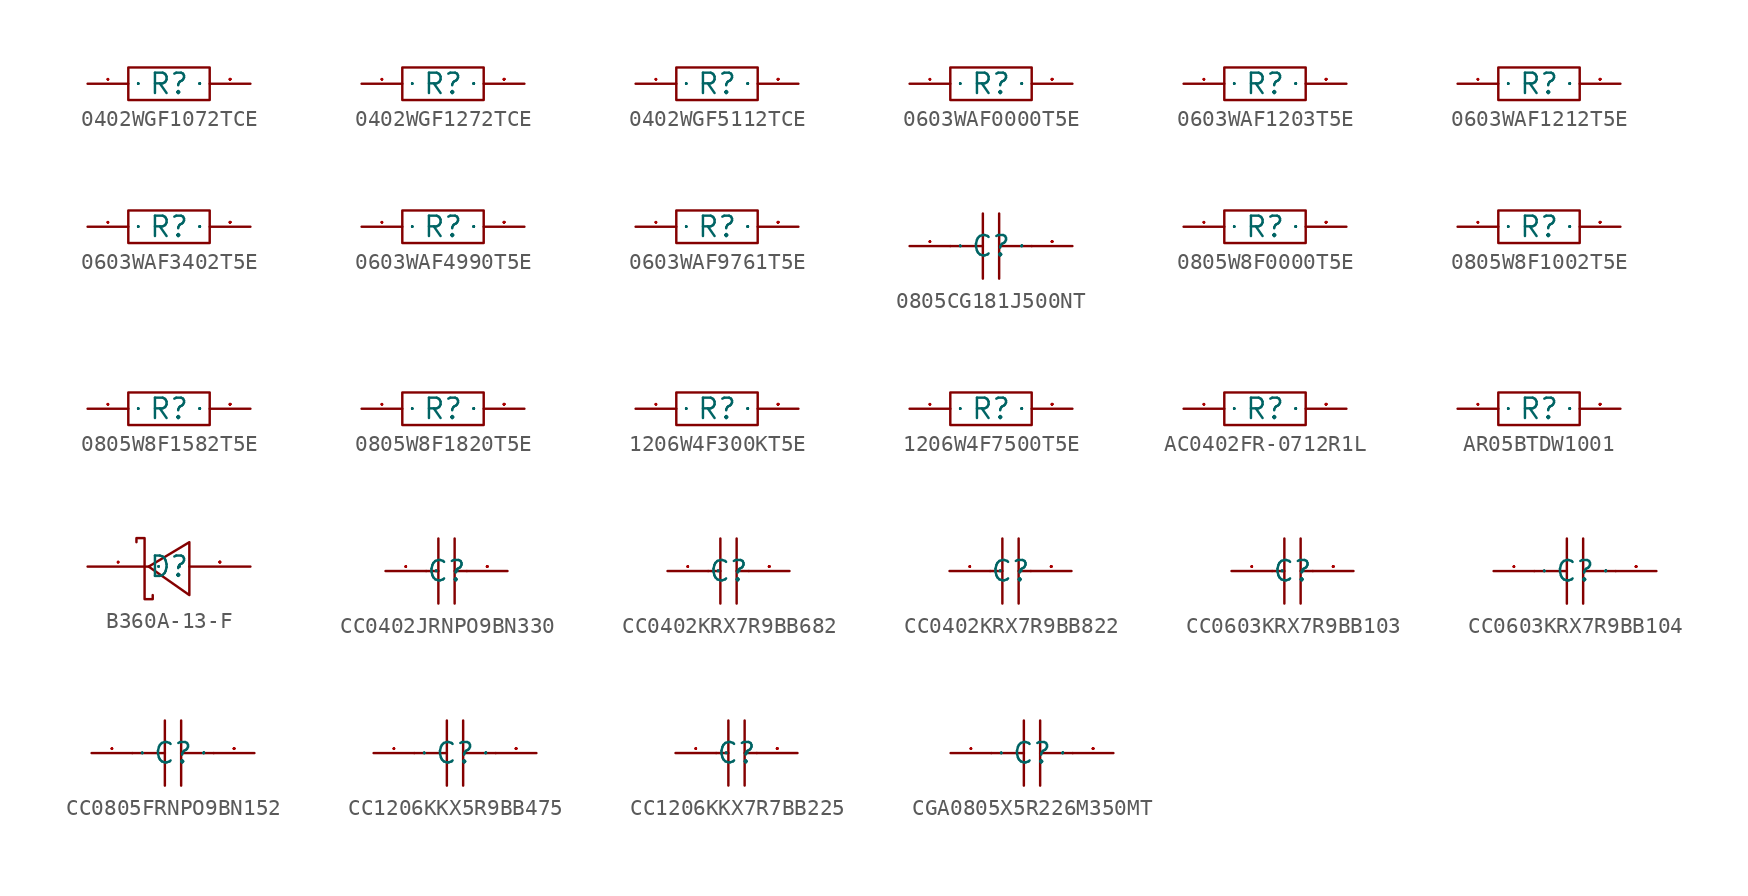
<source format=kicad_sym>
(kicad_symbol_lib
  (version 20241209)
  (generator "kicad_symbol_editor")
  (generator_version "9.0")
  (symbol "0402WGF1072TCE"
    (property "Reference" "R"
      (at 0 0 0)
      (effects (font (size 1.27 1.27))))
    (symbol "0402WGF1072TCE_1_0"
      (rectangle (start -2.54 -1.016) (end 2.54 1.016) (stroke (width 0) (type default)) (fill (type none)))
      (pin unspecified line (at -5.08 0 0) (length 2.54) (name "1" (effects (font (size 0.025 0.025)))) (number "1" (effects (font (size 0.025 0.025)))))
      (pin unspecified line (at 5.08 0 180) (length 2.54) (name "2" (effects (font (size 0.025 0.025)))) (number "2" (effects (font (size 0.025 0.025)))))))
  (symbol "0402WGF1272TCE"
    (property "Reference" "R"
      (at 0 0 0)
      (effects (font (size 1.27 1.27))))
    (symbol "0402WGF1272TCE_1_0"
      (rectangle (start -2.54 -1.016) (end 2.54 1.016) (stroke (width 0) (type default)) (fill (type none)))
      (pin input line (at -5.08 0 0) (length 2.54) (name "1" (effects (font (size 0.025 0.025)))) (number "1" (effects (font (size 0.025 0.025)))))
      (pin input line (at 5.08 0 180) (length 2.54) (name "2" (effects (font (size 0.025 0.025)))) (number "2" (effects (font (size 0.025 0.025)))))))
  (symbol "0402WGF5112TCE"
    (property "Reference" "R"
      (at 0 0 0)
      (effects (font (size 1.27 1.27))))
    (symbol "0402WGF5112TCE_1_0"
      (rectangle (start -2.54 -1.016) (end 2.54 1.016) (stroke (width 0) (type default)) (fill (type none)))
      (pin input line (at -5.08 0 0) (length 2.54) (name "1" (effects (font (size 0.025 0.025)))) (number "1" (effects (font (size 0.025 0.025)))))
      (pin input line (at 5.08 0 180) (length 2.54) (name "2" (effects (font (size 0.025 0.025)))) (number "2" (effects (font (size 0.025 0.025)))))))
  (symbol "0603WAF0000T5E"
    (property "Reference" "R"
      (at 0 0 0)
      (effects (font (size 1.27 1.27))))
    (symbol "0603WAF0000T5E_1_0"
      (rectangle (start -2.54 -1.016) (end 2.54 1.016) (stroke (width 0) (type default)) (fill (type none)))
      (pin input line (at -5.08 0 0) (length 2.54) (name "1" (effects (font (size 0.025 0.025)))) (number "1" (effects (font (size 0.025 0.025)))))
      (pin input line (at 5.08 0 180) (length 2.54) (name "2" (effects (font (size 0.025 0.025)))) (number "2" (effects (font (size 0.025 0.025)))))))
  (symbol "0603WAF1203T5E"
    (property "Reference" "R"
      (at 0 0 0)
      (effects (font (size 1.27 1.27))))
    (symbol "0603WAF1203T5E_1_0"
      (rectangle (start -2.54 -1.016) (end 2.54 1.016) (stroke (width 0) (type default)) (fill (type none)))
      (pin input line (at -5.08 0 0) (length 2.54) (name "1" (effects (font (size 0.025 0.025)))) (number "1" (effects (font (size 0.025 0.025)))))
      (pin input line (at 5.08 0 180) (length 2.54) (name "2" (effects (font (size 0.025 0.025)))) (number "2" (effects (font (size 0.025 0.025)))))))
  (symbol "0603WAF1212T5E"
    (property "Reference" "R"
      (at 0 0 0)
      (effects (font (size 1.27 1.27))))
    (symbol "0603WAF1212T5E_1_0"
      (rectangle (start -2.54 -1.016) (end 2.54 1.016) (stroke (width 0) (type default)) (fill (type none)))
      (pin input line (at -5.08 0 0) (length 2.54) (name "1" (effects (font (size 0.025 0.025)))) (number "1" (effects (font (size 0.025 0.025)))))
      (pin input line (at 5.08 0 180) (length 2.54) (name "2" (effects (font (size 0.025 0.025)))) (number "2" (effects (font (size 0.025 0.025)))))))
  (symbol "0603WAF3402T5E"
    (property "Reference" "R"
      (at 0 0 0)
      (effects (font (size 1.27 1.27))))
    (symbol "0603WAF3402T5E_1_0"
      (rectangle (start -2.54 -1.016) (end 2.54 1.016) (stroke (width 0) (type default)) (fill (type none)))
      (pin input line (at -5.08 0 0) (length 2.54) (name "1" (effects (font (size 0.025 0.025)))) (number "1" (effects (font (size 0.025 0.025)))))
      (pin input line (at 5.08 0 180) (length 2.54) (name "2" (effects (font (size 0.025 0.025)))) (number "2" (effects (font (size 0.025 0.025)))))))
  (symbol "0603WAF4990T5E"
    (property "Reference" "R"
      (at 0 0 0)
      (effects (font (size 1.27 1.27))))
    (symbol "0603WAF4990T5E_1_0"
      (rectangle (start -2.54 -1.016) (end 2.54 1.016) (stroke (width 0) (type default)) (fill (type none)))
      (pin input line (at -5.08 0 0) (length 2.54) (name "1" (effects (font (size 0.025 0.025)))) (number "1" (effects (font (size 0.025 0.025)))))
      (pin input line (at 5.08 0 180) (length 2.54) (name "2" (effects (font (size 0.025 0.025)))) (number "2" (effects (font (size 0.025 0.025)))))))
  (symbol "0603WAF9761T5E"
    (property "Reference" "R"
      (at 0 0 0)
      (effects (font (size 1.27 1.27))))
    (symbol "0603WAF9761T5E_1_0"
      (rectangle (start -2.54 -1.016) (end 2.54 1.016) (stroke (width 0) (type default)) (fill (type none)))
      (pin input line (at -5.08 0 0) (length 2.54) (name "1" (effects (font (size 0.025 0.025)))) (number "1" (effects (font (size 0.025 0.025)))))
      (pin input line (at 5.08 0 180) (length 2.54) (name "2" (effects (font (size 0.025 0.025)))) (number "2" (effects (font (size 0.025 0.025)))))))
  (symbol "0805CG181J500NT"
    (property "Reference" "C"
      (at 0 0 0)
      (effects (font (size 1.27 1.27))))
    (symbol "0805CG181J500NT_1_0"
      (polyline (pts (xy -0.508 0) (xy -2.54 0)) (stroke (width 0) (type default)) (fill (type none)))
      (polyline (pts (xy -0.508 -2.032) (xy -0.508 2.032)) (stroke (width 0) (type default)) (fill (type none)))
      (polyline (pts (xy 0.508 2.032) (xy 0.508 -2.032)) (stroke (width 0) (type default)) (fill (type none)))
      (polyline (pts (xy 2.54 0) (xy 0.508 0)) (stroke (width 0) (type default)) (fill (type none)))
      (pin unspecified line (at -5.08 0 0) (length 2.54) (name "1" (effects (font (size 0.025 0.025)))) (number "1" (effects (font (size 0.025 0.025)))))
      (pin unspecified line (at 5.08 0 180) (length 2.54) (name "2" (effects (font (size 0.025 0.025)))) (number "2" (effects (font (size 0.025 0.025)))))))
  (symbol "0805W8F0000T5E"
    (property "Reference" "R"
      (at 0 0 0)
      (effects (font (size 1.27 1.27))))
    (symbol "0805W8F0000T5E_1_0"
      (rectangle (start -2.54 -1.016) (end 2.54 1.016) (stroke (width 0) (type default)) (fill (type none)))
      (pin input line (at -5.08 0 0) (length 2.54) (name "1" (effects (font (size 0.025 0.025)))) (number "1" (effects (font (size 0.025 0.025)))))
      (pin input line (at 5.08 0 180) (length 2.54) (name "2" (effects (font (size 0.025 0.025)))) (number "2" (effects (font (size 0.025 0.025)))))))
  (symbol "0805W8F1002T5E"
    (property "Reference" "R"
      (at 0 0 0)
      (effects (font (size 1.27 1.27))))
    (symbol "0805W8F1002T5E_1_0"
      (rectangle (start -2.54 -1.016) (end 2.54 1.016) (stroke (width 0) (type default)) (fill (type none)))
      (pin input line (at -5.08 0 0) (length 2.54) (name "1" (effects (font (size 0.025 0.025)))) (number "1" (effects (font (size 0.025 0.025)))))
      (pin input line (at 5.08 0 180) (length 2.54) (name "2" (effects (font (size 0.025 0.025)))) (number "2" (effects (font (size 0.025 0.025)))))))
  (symbol "0805W8F1582T5E"
    (property "Reference" "R"
      (at 0 0 0)
      (effects (font (size 1.27 1.27))))
    (symbol "0805W8F1582T5E_1_0"
      (rectangle (start -2.54 -1.016) (end 2.54 1.016) (stroke (width 0) (type default)) (fill (type none)))
      (pin input line (at -5.08 0 0) (length 2.54) (name "1" (effects (font (size 0.025 0.025)))) (number "1" (effects (font (size 0.025 0.025)))))
      (pin input line (at 5.08 0 180) (length 2.54) (name "2" (effects (font (size 0.025 0.025)))) (number "2" (effects (font (size 0.025 0.025)))))))
  (symbol "0805W8F1820T5E"
    (property "Reference" "R"
      (at 0 0 0)
      (effects (font (size 1.27 1.27))))
    (symbol "0805W8F1820T5E_1_0"
      (rectangle (start -2.54 -1.016) (end 2.54 1.016) (stroke (width 0) (type default)) (fill (type none)))
      (pin input line (at -5.08 0 0) (length 2.54) (name "1" (effects (font (size 0.025 0.025)))) (number "1" (effects (font (size 0.025 0.025)))))
      (pin input line (at 5.08 0 180) (length 2.54) (name "2" (effects (font (size 0.025 0.025)))) (number "2" (effects (font (size 0.025 0.025)))))))
  (symbol "1206W4F300KT5E"
    (property "Reference" "R"
      (at 0 0 0)
      (effects (font (size 1.27 1.27))))
    (symbol "1206W4F300KT5E_1_0"
      (rectangle (start -2.54 -1.016) (end 2.54 1.016) (stroke (width 0) (type default)) (fill (type none)))
      (pin input line (at -5.08 0 0) (length 2.54) (name "1" (effects (font (size 0.025 0.025)))) (number "1" (effects (font (size 0.025 0.025)))))
      (pin input line (at 5.08 0 180) (length 2.54) (name "2" (effects (font (size 0.025 0.025)))) (number "2" (effects (font (size 0.025 0.025)))))))
  (symbol "1206W4F7500T5E"
    (property "Reference" "R"
      (at 0 0 0)
      (effects (font (size 1.27 1.27))))
    (symbol "1206W4F7500T5E_1_0"
      (rectangle (start -2.54 -1.016) (end 2.54 1.016) (stroke (width 0) (type default)) (fill (type none)))
      (pin input line (at -5.08 0 0) (length 2.54) (name "1" (effects (font (size 0.025 0.025)))) (number "1" (effects (font (size 0.025 0.025)))))
      (pin input line (at 5.08 0 180) (length 2.54) (name "2" (effects (font (size 0.025 0.025)))) (number "2" (effects (font (size 0.025 0.025)))))))
  (symbol "AC0402FR-0712R1L"
    (property "Reference" "R"
      (at 0 0 0)
      (effects (font (size 1.27 1.27))))
    (symbol "AC0402FR-0712R1L_1_0"
      (rectangle (start -2.54 -1.016) (end 2.54 1.016) (stroke (width 0) (type default)) (fill (type none)))
      (pin unspecified line (at -5.08 0 0) (length 2.54) (name "1" (effects (font (size 0.025 0.025)))) (number "1" (effects (font (size 0.025 0.025)))))
      (pin unspecified line (at 5.08 0 180) (length 2.54) (name "2" (effects (font (size 0.025 0.025)))) (number "2" (effects (font (size 0.025 0.025)))))))
  (symbol "AR05BTDW1001"
    (property "Reference" "R"
      (at 0 0 0)
      (effects (font (size 1.27 1.27))))
    (symbol "AR05BTDW1001_1_0"
      (rectangle (start -2.54 -1.016) (end 2.54 1.016) (stroke (width 0) (type default)) (fill (type none)))
      (pin unspecified line (at -5.08 0 0) (length 2.54) (name "1" (effects (font (size 0.025 0.025)))) (number "1" (effects (font (size 0.025 0.025)))))
      (pin unspecified line (at 5.08 0 180) (length 2.54) (name "2" (effects (font (size 0.025 0.025)))) (number "2" (effects (font (size 0.025 0.025)))))))
  (symbol "B360A-13-F"
    (property "Reference" "D"
      (at 0 0 0)
      (effects (font (size 1.27 1.27))))
    (property "Value" ""
      (at 0 0 0)
      (effects (font (size 1.27 1.27))))
    (symbol "B360A-13-F_1_0"
      (polyline (pts (xy -2.032 1.524) (xy -2.032 1.778) (xy -2.032 1.778) (xy -1.524 1.778) (xy -1.524 1.778) (xy -1.524 -2.032) (xy -1.524 -2.032) (xy -1.016 -2.032) (xy -1.016 -2.032) (xy -1.016 -1.778)) (stroke (width 0) (type default)) (fill (type none)))
      (polyline (pts (xy 1.27 1.524) (xy -1.27 0) (xy -1.27 0) (xy 1.27 -1.778) (xy 1.27 -1.778) (xy 1.27 1.524)) (stroke (width 0) (type default)) (fill (type none)))
      (pin unspecified line (at -5.08 0 0) (length 3.81) (name "K" (effects (font (size 0.025 0.025)))) (number "1" (effects (font (size 0.025 0.025)))))
      (pin unspecified line (at 5.08 0 180) (length 3.81) (name "A" (effects (font (size 0.025 0.025)))) (number "2" (effects (font (size 0.025 0.025)))))))
  (symbol "CC0402JRNPO9BN330"
    (property "Reference" "C"
      (at 0 0 0)
      (effects (font (size 1.27 1.27))))
    (symbol "CC0402JRNPO9BN330_1_0"
      (polyline (pts (xy -1.27 0) (xy -0.508 0)) (stroke (width 0) (type default)) (fill (type none)))
      (polyline (pts (xy -0.508 2.032) (xy -0.508 -2.032)) (stroke (width 0) (type default)) (fill (type none)))
      (polyline (pts (xy 0.508 2.032) (xy 0.508 -2.032)) (stroke (width 0) (type default)) (fill (type none)))
      (polyline (pts (xy 0.508 0) (xy 1.27 0)) (stroke (width 0) (type default)) (fill (type none)))
      (pin input line (at -3.81 0 0) (length 2.54) (name "1" (effects (font (size 0.025 0.025)))) (number "1" (effects (font (size 0.025 0.025)))))
      (pin input line (at 3.81 0 180) (length 2.54) (name "2" (effects (font (size 0.025 0.025)))) (number "2" (effects (font (size 0.025 0.025)))))))
  (symbol "CC0402KRX7R9BB682"
    (property "Reference" "C"
      (at 0 0 0)
      (effects (font (size 1.27 1.27))))
    (symbol "CC0402KRX7R9BB682_1_0"
      (polyline (pts (xy -1.27 0) (xy -0.508 0)) (stroke (width 0) (type default)) (fill (type none)))
      (polyline (pts (xy -0.508 2.032) (xy -0.508 -2.032)) (stroke (width 0) (type default)) (fill (type none)))
      (polyline (pts (xy 0.508 2.032) (xy 0.508 -2.032)) (stroke (width 0) (type default)) (fill (type none)))
      (polyline (pts (xy 0.508 0) (xy 1.27 0)) (stroke (width 0) (type default)) (fill (type none)))
      (pin input line (at -3.81 0 0) (length 2.54) (name "1" (effects (font (size 0.025 0.025)))) (number "1" (effects (font (size 0.025 0.025)))))
      (pin input line (at 3.81 0 180) (length 2.54) (name "2" (effects (font (size 0.025 0.025)))) (number "2" (effects (font (size 0.025 0.025)))))))
  (symbol "CC0402KRX7R9BB822"
    (property "Reference" "C"
      (at 0 0 0)
      (effects (font (size 1.27 1.27))))
    (symbol "CC0402KRX7R9BB822_1_0"
      (polyline (pts (xy -1.27 0) (xy -0.508 0)) (stroke (width 0) (type default)) (fill (type none)))
      (polyline (pts (xy -0.508 2.032) (xy -0.508 -2.032)) (stroke (width 0) (type default)) (fill (type none)))
      (polyline (pts (xy 0.508 2.032) (xy 0.508 -2.032)) (stroke (width 0) (type default)) (fill (type none)))
      (polyline (pts (xy 0.508 0) (xy 1.27 0)) (stroke (width 0) (type default)) (fill (type none)))
      (pin input line (at -3.81 0 0) (length 2.54) (name "1" (effects (font (size 0.025 0.025)))) (number "1" (effects (font (size 0.025 0.025)))))
      (pin input line (at 3.81 0 180) (length 2.54) (name "2" (effects (font (size 0.025 0.025)))) (number "2" (effects (font (size 0.025 0.025)))))))
  (symbol "CC0603KRX7R9BB103"
    (property "Reference" "C"
      (at 0 0 0)
      (effects (font (size 1.27 1.27))))
    (symbol "CC0603KRX7R9BB103_1_0"
      (polyline (pts (xy -1.27 0) (xy -0.508 0)) (stroke (width 0) (type default)) (fill (type none)))
      (polyline (pts (xy -0.508 2.032) (xy -0.508 -2.032)) (stroke (width 0) (type default)) (fill (type none)))
      (polyline (pts (xy 0.508 2.032) (xy 0.508 -2.032)) (stroke (width 0) (type default)) (fill (type none)))
      (polyline (pts (xy 0.508 0) (xy 1.27 0)) (stroke (width 0) (type default)) (fill (type none)))
      (pin input line (at -3.81 0 0) (length 2.54) (name "1" (effects (font (size 0.025 0.025)))) (number "1" (effects (font (size 0.025 0.025)))))
      (pin input line (at 3.81 0 180) (length 2.54) (name "2" (effects (font (size 0.025 0.025)))) (number "2" (effects (font (size 0.025 0.025)))))))
  (symbol "CC0603KRX7R9BB104"
    (property "Reference" "C"
      (at 0 0 0)
      (effects (font (size 1.27 1.27))))
    (symbol "CC0603KRX7R9BB104_1_0"
      (polyline (pts (xy -0.508 0) (xy -2.54 0)) (stroke (width 0) (type default)) (fill (type none)))
      (polyline (pts (xy -0.508 -2.032) (xy -0.508 2.032)) (stroke (width 0) (type default)) (fill (type none)))
      (polyline (pts (xy 0.508 2.032) (xy 0.508 -2.032)) (stroke (width 0) (type default)) (fill (type none)))
      (polyline (pts (xy 2.54 0) (xy 0.508 0)) (stroke (width 0) (type default)) (fill (type none)))
      (pin unspecified line (at -5.08 0 0) (length 2.54) (name "1" (effects (font (size 0.025 0.025)))) (number "1" (effects (font (size 0.025 0.025)))))
      (pin unspecified line (at 5.08 0 180) (length 2.54) (name "2" (effects (font (size 0.025 0.025)))) (number "2" (effects (font (size 0.025 0.025)))))))
  (symbol "CC0805FRNPO9BN152"
    (property "Reference" "C"
      (at 0 0 0)
      (effects (font (size 1.27 1.27))))
    (symbol "CC0805FRNPO9BN152_1_0"
      (polyline (pts (xy -0.508 0) (xy -2.54 0)) (stroke (width 0) (type default)) (fill (type none)))
      (polyline (pts (xy -0.508 -2.032) (xy -0.508 2.032)) (stroke (width 0) (type default)) (fill (type none)))
      (polyline (pts (xy 0.508 2.032) (xy 0.508 -2.032)) (stroke (width 0) (type default)) (fill (type none)))
      (polyline (pts (xy 2.54 0) (xy 0.508 0)) (stroke (width 0) (type default)) (fill (type none)))
      (pin unspecified line (at -5.08 0 0) (length 2.54) (name "1" (effects (font (size 0.025 0.025)))) (number "1" (effects (font (size 0.025 0.025)))))
      (pin unspecified line (at 5.08 0 180) (length 2.54) (name "2" (effects (font (size 0.025 0.025)))) (number "2" (effects (font (size 0.025 0.025)))))))
  (symbol "CC1206KKX5R9BB475"
    (property "Reference" "C"
      (at 0 0 0)
      (effects (font (size 1.27 1.27))))
    (symbol "CC1206KKX5R9BB475_1_0"
      (polyline (pts (xy -0.508 0) (xy -2.54 0)) (stroke (width 0) (type default)) (fill (type none)))
      (polyline (pts (xy -0.508 -2.032) (xy -0.508 2.032)) (stroke (width 0) (type default)) (fill (type none)))
      (polyline (pts (xy 0.508 2.032) (xy 0.508 -2.032)) (stroke (width 0) (type default)) (fill (type none)))
      (polyline (pts (xy 2.54 0) (xy 0.508 0)) (stroke (width 0) (type default)) (fill (type none)))
      (pin unspecified line (at -5.08 0 0) (length 2.54) (name "1" (effects (font (size 0.025 0.025)))) (number "1" (effects (font (size 0.025 0.025)))))
      (pin unspecified line (at 5.08 0 180) (length 2.54) (name "2" (effects (font (size 0.025 0.025)))) (number "2" (effects (font (size 0.025 0.025)))))))
  (symbol "CC1206KKX7R7BB225"
    (property "Reference" "C"
      (at 0 0 0)
      (effects (font (size 1.27 1.27))))
    (symbol "CC1206KKX7R7BB225_1_0"
      (polyline (pts (xy -1.27 0) (xy -0.508 0)) (stroke (width 0) (type default)) (fill (type none)))
      (polyline (pts (xy -0.508 2.032) (xy -0.508 -2.032)) (stroke (width 0) (type default)) (fill (type none)))
      (polyline (pts (xy 0.508 2.032) (xy 0.508 -2.032)) (stroke (width 0) (type default)) (fill (type none)))
      (polyline (pts (xy 0.508 0) (xy 1.27 0)) (stroke (width 0) (type default)) (fill (type none)))
      (pin input line (at -3.81 0 0) (length 2.54) (name "1" (effects (font (size 0.025 0.025)))) (number "1" (effects (font (size 0.025 0.025)))))
      (pin input line (at 3.81 0 180) (length 2.54) (name "2" (effects (font (size 0.025 0.025)))) (number "2" (effects (font (size 0.025 0.025)))))))
  (symbol "CGA0805X5R226M350MT"
    (property "Reference" "C"
      (at 0 0 0)
      (effects (font (size 1.27 1.27))))
    (symbol "CGA0805X5R226M350MT_1_0"
      (polyline (pts (xy -0.508 0) (xy -2.54 0)) (stroke (width 0) (type default)) (fill (type none)))
      (polyline (pts (xy -0.508 -2.032) (xy -0.508 2.032)) (stroke (width 0) (type default)) (fill (type none)))
      (polyline (pts (xy 0.508 2.032) (xy 0.508 -2.032)) (stroke (width 0) (type default)) (fill (type none)))
      (polyline (pts (xy 2.54 0) (xy 0.508 0)) (stroke (width 0) (type default)) (fill (type none)))
      (pin unspecified line (at -5.08 0 0) (length 2.54) (name "1" (effects (font (size 0.025 0.025)))) (number "1" (effects (font (size 0.025 0.025)))))
      (pin unspecified line (at 5.08 0 180) (length 2.54) (name "2" (effects (font (size 0.025 0.025)))) (number "2" (effects (font (size 0.025 0.025))))))))
</source>
